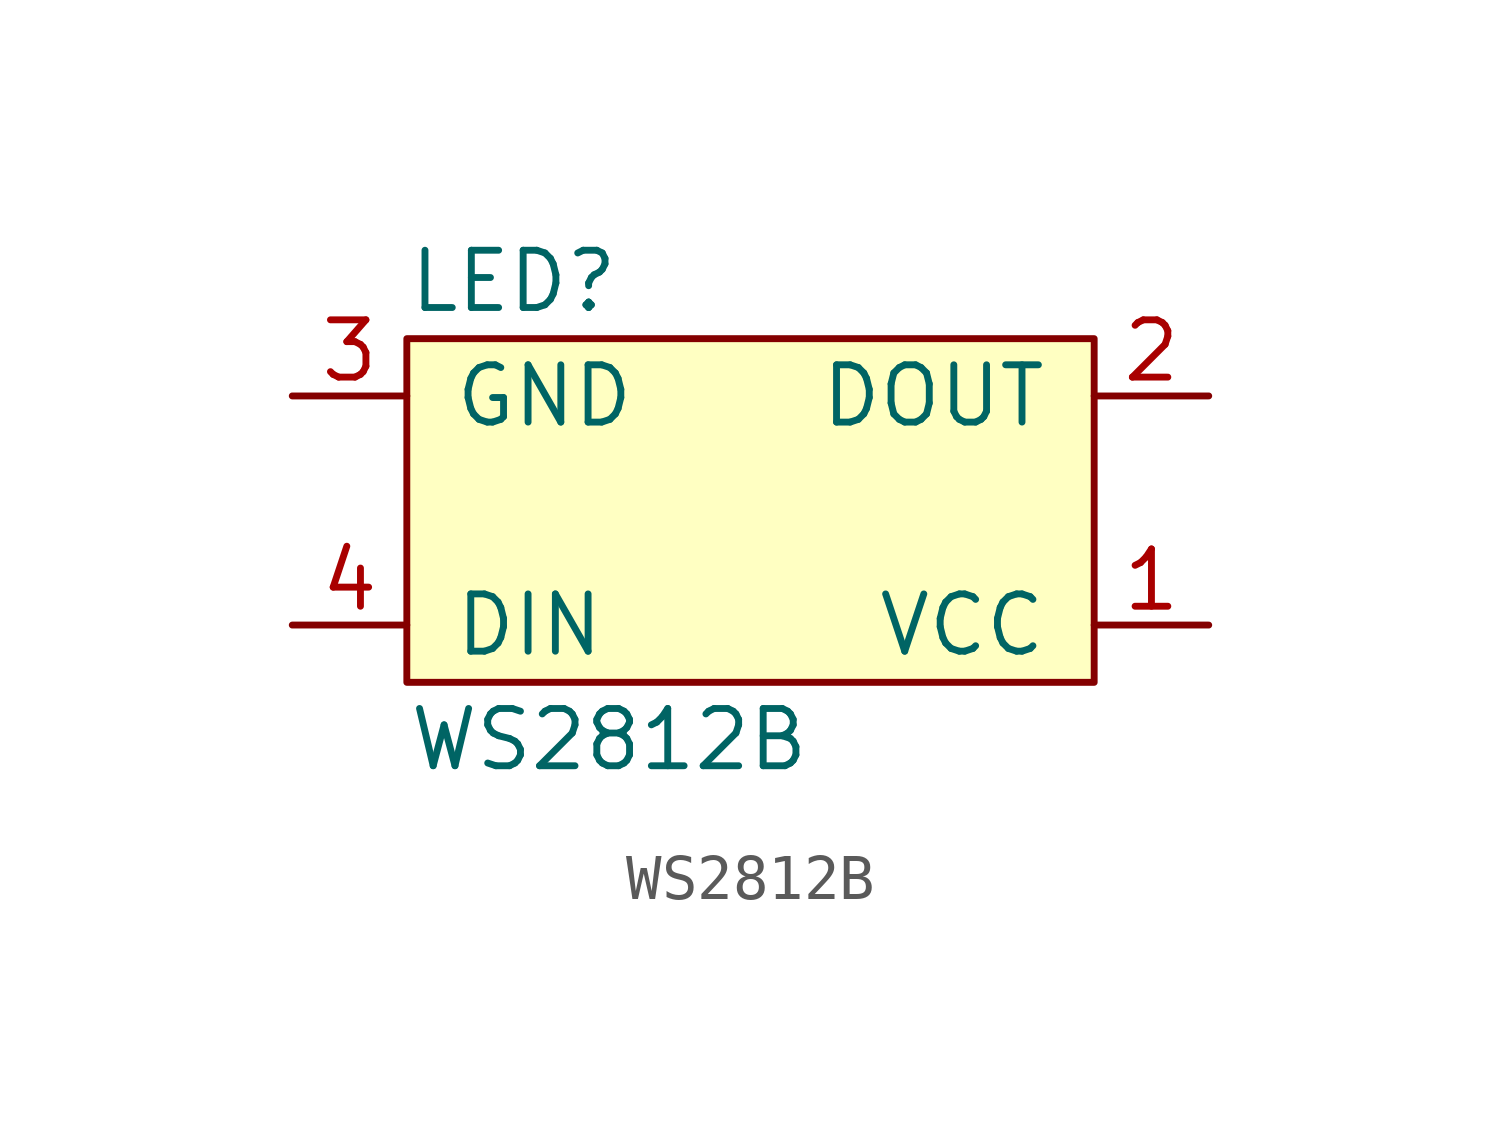
<source format=kicad_sym>
(kicad_symbol_lib
  (version 20211014)
  (generator agg_kicad.build_lib_ic)
  (symbol "WS2812B"
    (pin_names
      (offset 1.016))
    (property Reference LED
      (at -7.62 5.08 0)
      (effects (font (size 1.27 1.27)) (justify left)))
    (property Value "WS2812B"
      (at -7.62 -5.08 0)
      (effects (font (size 1.27 1.27)) (justify left)))
    (symbol "WS2812B_0_0"
      (rectangle (start -7.62 3.81) (end 7.62 -3.81) (stroke (width 0) (type default) (color 0 0 0 0)) (fill (type background)))
      (pin power_in line (at -10.16 2.54 0) (length 2.54) (name GND (effects (font (size 1.27 1.27)))) (number "3" (effects (font (size 1.27 1.27)))))
      (pin input line (at -10.16 -2.54 0) (length 2.54) (name DIN (effects (font (size 1.27 1.27)))) (number "4" (effects (font (size 1.27 1.27)))))
      (pin output line (at 10.16 2.54 180) (length 2.54) (name DOUT (effects (font (size 1.27 1.27)))) (number "2" (effects (font (size 1.27 1.27)))))
      (pin power_in line (at 10.16 -2.54 180) (length 2.54) (name VCC (effects (font (size 1.27 1.27)))) (number "1" (effects (font (size 1.27 1.27))))))))
</source>
